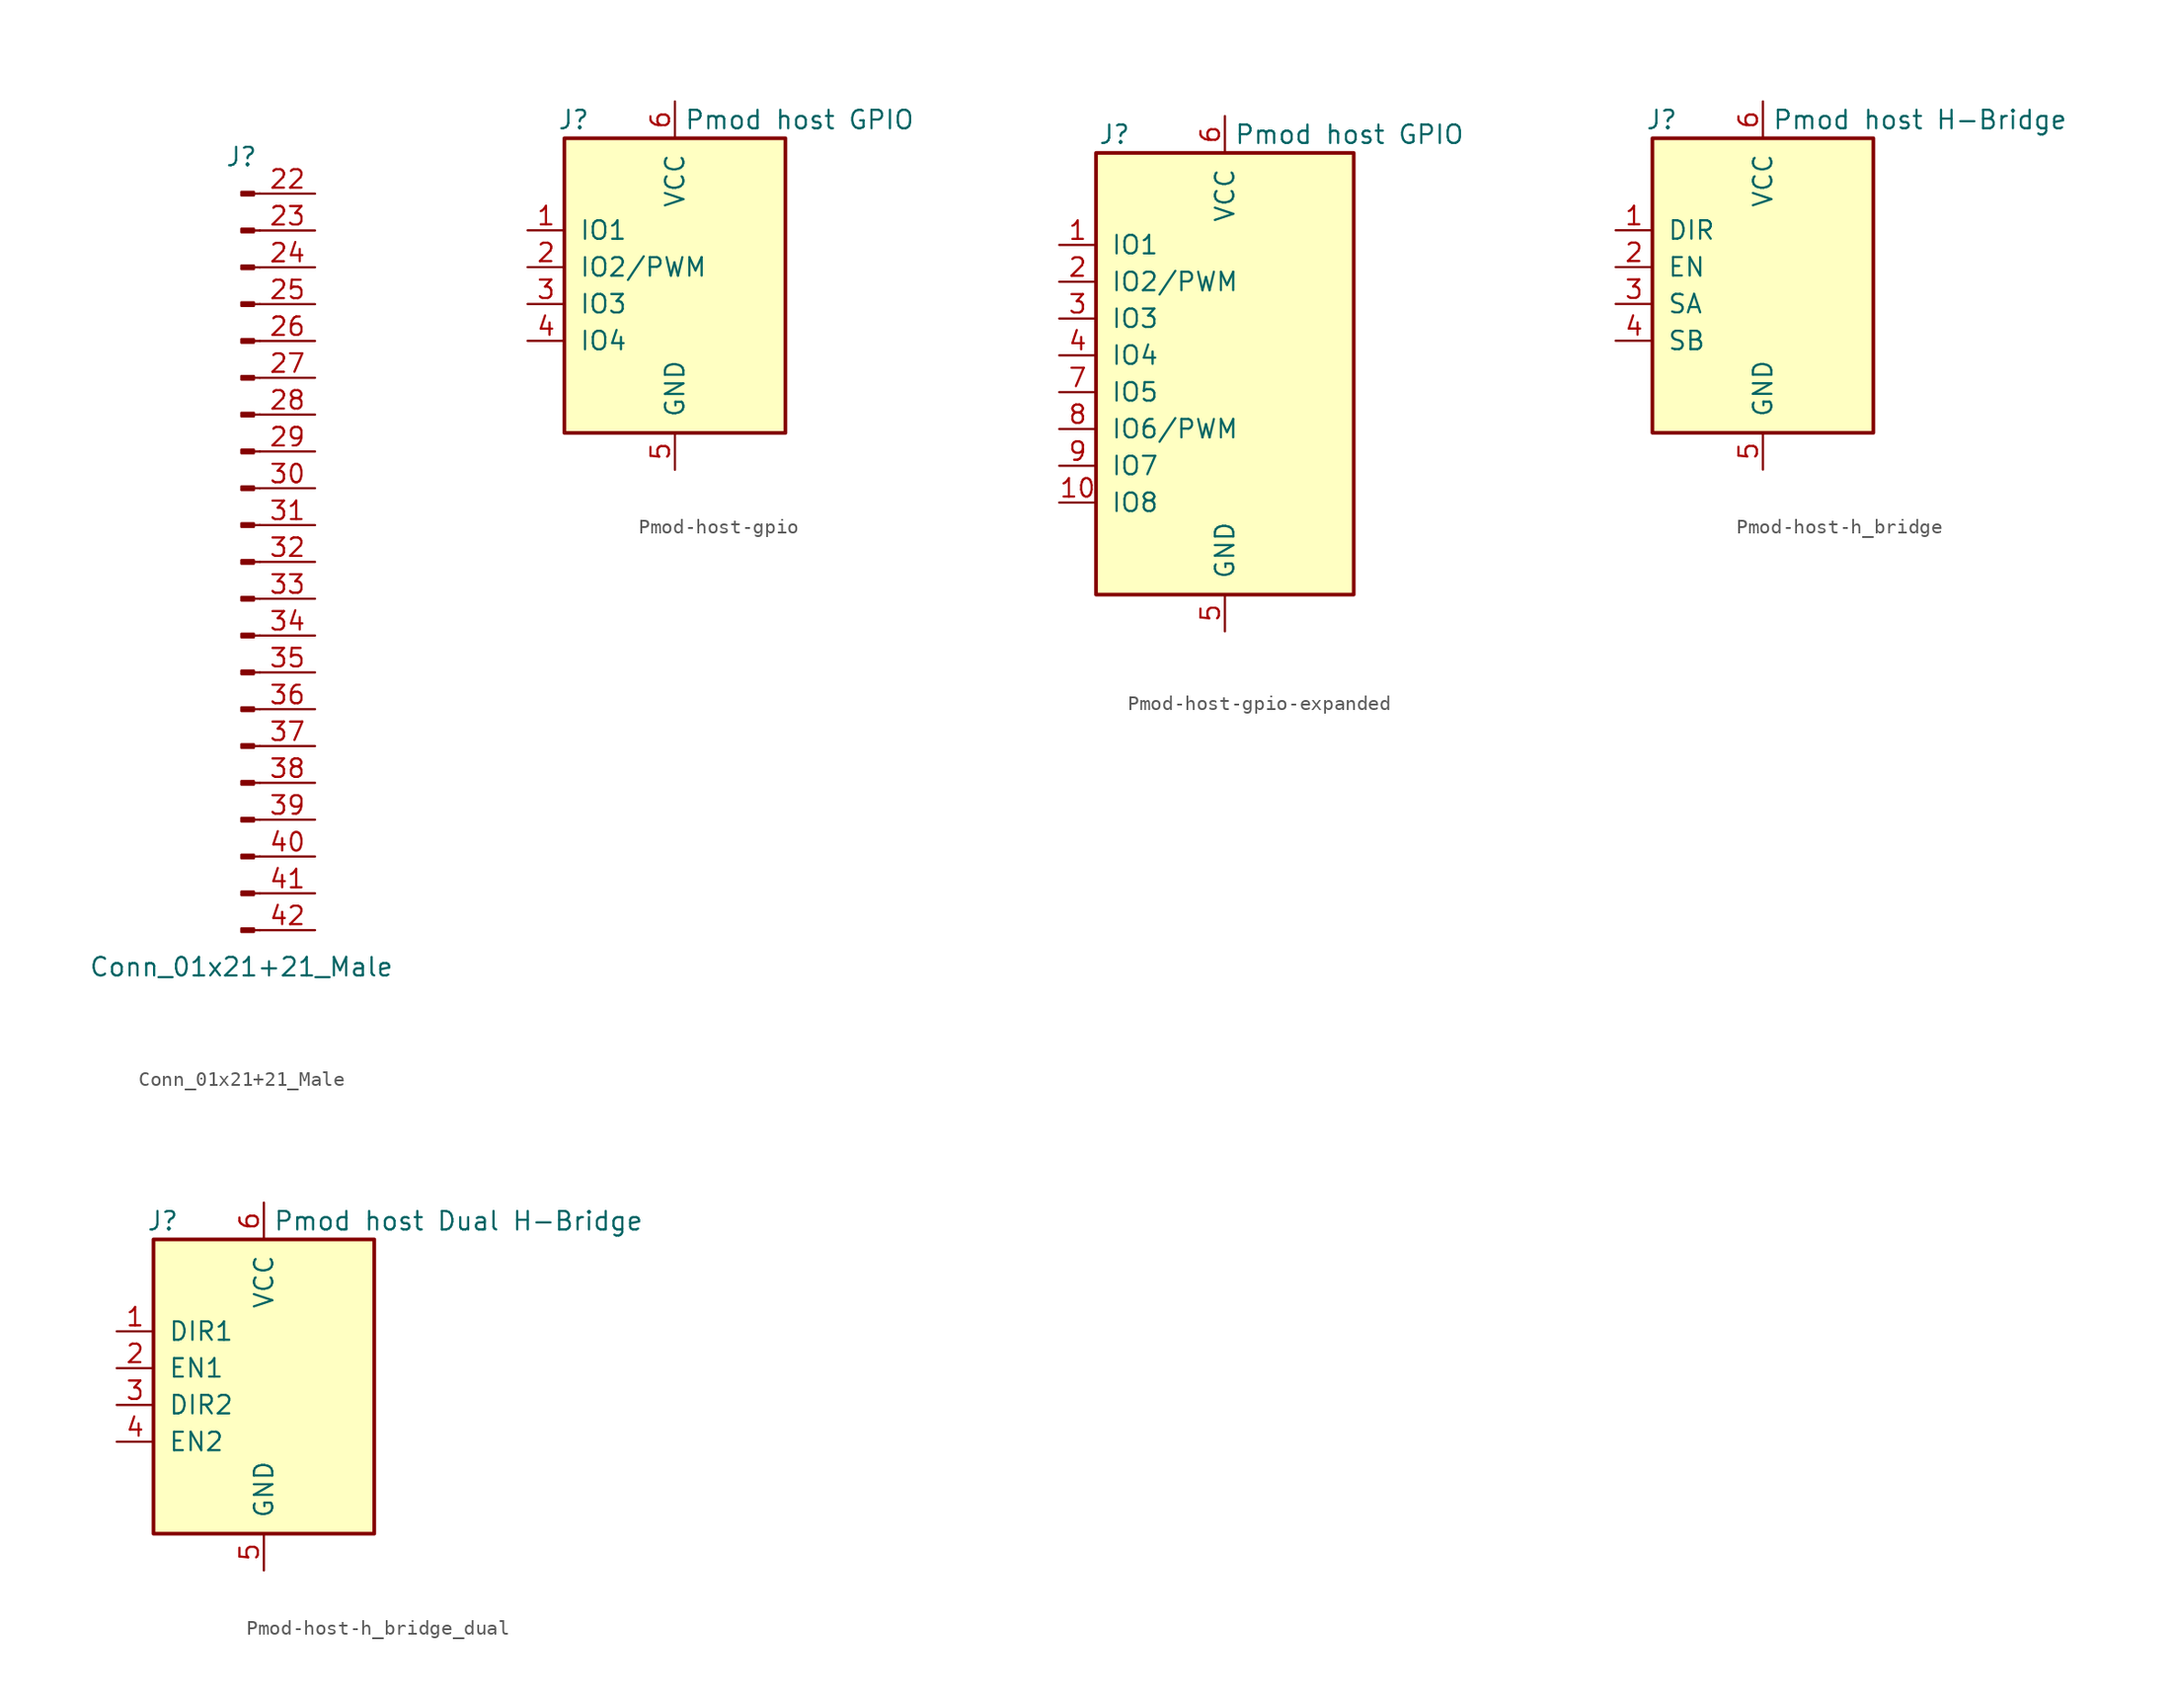
<source format=kicad_sym>
(kicad_symbol_lib
  (version 20220914)
  (generator kicad_symbol_editor)
  (symbol "Conn_01x21+21_Male"
    (pin_names
      (offset 1.016) hide)
    (property "Reference" "J"
      (at 0 27.94 0)
      (effects (font (size 1.27 1.27))))
    (property "Value" "Conn_01x21+21_Male"
      (at 0 -27.94 0)
      (effects (font (size 1.27 1.27))))
    (symbol "Conn_01x21+21_Male_1_1"
      (polyline (pts (xy 1.27 -25.4) (xy 0.864 -25.4)) (stroke (width 0.152) (type default)) (fill (type none)))
      (polyline (pts (xy 1.27 -22.86) (xy 0.864 -22.86)) (stroke (width 0.152) (type default)) (fill (type none)))
      (polyline (pts (xy 1.27 -20.32) (xy 0.864 -20.32)) (stroke (width 0.152) (type default)) (fill (type none)))
      (polyline (pts (xy 1.27 -17.78) (xy 0.864 -17.78)) (stroke (width 0.152) (type default)) (fill (type none)))
      (polyline (pts (xy 1.27 -15.24) (xy 0.864 -15.24)) (stroke (width 0.152) (type default)) (fill (type none)))
      (polyline (pts (xy 1.27 -12.7) (xy 0.864 -12.7)) (stroke (width 0.152) (type default)) (fill (type none)))
      (polyline (pts (xy 1.27 -10.16) (xy 0.864 -10.16)) (stroke (width 0.152) (type default)) (fill (type none)))
      (polyline (pts (xy 1.27 -7.62) (xy 0.864 -7.62)) (stroke (width 0.152) (type default)) (fill (type none)))
      (polyline (pts (xy 1.27 -5.08) (xy 0.864 -5.08)) (stroke (width 0.152) (type default)) (fill (type none)))
      (polyline (pts (xy 1.27 -2.54) (xy 0.864 -2.54)) (stroke (width 0.152) (type default)) (fill (type none)))
      (polyline (pts (xy 1.27 0) (xy 0.864 0)) (stroke (width 0.152) (type default)) (fill (type none)))
      (polyline (pts (xy 1.27 2.54) (xy 0.864 2.54)) (stroke (width 0.152) (type default)) (fill (type none)))
      (polyline (pts (xy 1.27 5.08) (xy 0.864 5.08)) (stroke (width 0.152) (type default)) (fill (type none)))
      (polyline (pts (xy 1.27 7.62) (xy 0.864 7.62)) (stroke (width 0.152) (type default)) (fill (type none)))
      (polyline (pts (xy 1.27 10.16) (xy 0.864 10.16)) (stroke (width 0.152) (type default)) (fill (type none)))
      (polyline (pts (xy 1.27 12.7) (xy 0.864 12.7)) (stroke (width 0.152) (type default)) (fill (type none)))
      (polyline (pts (xy 1.27 15.24) (xy 0.864 15.24)) (stroke (width 0.152) (type default)) (fill (type none)))
      (polyline (pts (xy 1.27 17.78) (xy 0.864 17.78)) (stroke (width 0.152) (type default)) (fill (type none)))
      (polyline (pts (xy 1.27 20.32) (xy 0.864 20.32)) (stroke (width 0.152) (type default)) (fill (type none)))
      (polyline (pts (xy 1.27 22.86) (xy 0.864 22.86)) (stroke (width 0.152) (type default)) (fill (type none)))
      (polyline (pts (xy 1.27 25.4) (xy 0.864 25.4)) (stroke (width 0.152) (type default)) (fill (type none)))
      (rectangle (start 0.864 -25.273) (end 0 -25.527) (stroke (width 0.152) (type default)) (fill (type outline)))
      (rectangle (start 0.864 -22.733) (end 0 -22.987) (stroke (width 0.152) (type default)) (fill (type outline)))
      (rectangle (start 0.864 -20.193) (end 0 -20.447) (stroke (width 0.152) (type default)) (fill (type outline)))
      (rectangle (start 0.864 -17.653) (end 0 -17.907) (stroke (width 0.152) (type default)) (fill (type outline)))
      (rectangle (start 0.864 -15.113) (end 0 -15.367) (stroke (width 0.152) (type default)) (fill (type outline)))
      (rectangle (start 0.864 -12.573) (end 0 -12.827) (stroke (width 0.152) (type default)) (fill (type outline)))
      (rectangle (start 0.864 -10.033) (end 0 -10.287) (stroke (width 0.152) (type default)) (fill (type outline)))
      (rectangle (start 0.864 -7.493) (end 0 -7.747) (stroke (width 0.152) (type default)) (fill (type outline)))
      (rectangle (start 0.864 -4.953) (end 0 -5.207) (stroke (width 0.152) (type default)) (fill (type outline)))
      (rectangle (start 0.864 -2.413) (end 0 -2.667) (stroke (width 0.152) (type default)) (fill (type outline)))
      (rectangle (start 0.864 0.127) (end 0 -0.127) (stroke (width 0.152) (type default)) (fill (type outline)))
      (rectangle (start 0.864 2.667) (end 0 2.413) (stroke (width 0.152) (type default)) (fill (type outline)))
      (rectangle (start 0.864 5.207) (end 0 4.953) (stroke (width 0.152) (type default)) (fill (type outline)))
      (rectangle (start 0.864 7.747) (end 0 7.493) (stroke (width 0.152) (type default)) (fill (type outline)))
      (rectangle (start 0.864 10.287) (end 0 10.033) (stroke (width 0.152) (type default)) (fill (type outline)))
      (rectangle (start 0.864 12.827) (end 0 12.573) (stroke (width 0.152) (type default)) (fill (type outline)))
      (rectangle (start 0.864 15.367) (end 0 15.113) (stroke (width 0.152) (type default)) (fill (type outline)))
      (rectangle (start 0.864 17.907) (end 0 17.653) (stroke (width 0.152) (type default)) (fill (type outline)))
      (rectangle (start 0.864 20.447) (end 0 20.193) (stroke (width 0.152) (type default)) (fill (type outline)))
      (rectangle (start 0.864 22.987) (end 0 22.733) (stroke (width 0.152) (type default)) (fill (type outline)))
      (rectangle (start 0.864 25.527) (end 0 25.273) (stroke (width 0.152) (type default)) (fill (type outline)))
      (pin passive line (at 5.08 25.4 180) (length 3.81) (name "Pin_1" (effects (font (size 1.27 1.27)))) (number "22" (effects (font (size 1.27 1.27)))))
      (pin passive line (at 5.08 22.86 180) (length 3.81) (name "Pin_2" (effects (font (size 1.27 1.27)))) (number "23" (effects (font (size 1.27 1.27)))))
      (pin passive line (at 5.08 20.32 180) (length 3.81) (name "Pin_3" (effects (font (size 1.27 1.27)))) (number "24" (effects (font (size 1.27 1.27)))))
      (pin passive line (at 5.08 17.78 180) (length 3.81) (name "Pin_4" (effects (font (size 1.27 1.27)))) (number "25" (effects (font (size 1.27 1.27)))))
      (pin passive line (at 5.08 15.24 180) (length 3.81) (name "Pin_5" (effects (font (size 1.27 1.27)))) (number "26" (effects (font (size 1.27 1.27)))))
      (pin passive line (at 5.08 12.7 180) (length 3.81) (name "Pin_6" (effects (font (size 1.27 1.27)))) (number "27" (effects (font (size 1.27 1.27)))))
      (pin passive line (at 5.08 10.16 180) (length 3.81) (name "Pin_7" (effects (font (size 1.27 1.27)))) (number "28" (effects (font (size 1.27 1.27)))))
      (pin passive line (at 5.08 7.62 180) (length 3.81) (name "Pin_8" (effects (font (size 1.27 1.27)))) (number "29" (effects (font (size 1.27 1.27)))))
      (pin passive line (at 5.08 5.08 180) (length 3.81) (name "Pin_9" (effects (font (size 1.27 1.27)))) (number "30" (effects (font (size 1.27 1.27)))))
      (pin passive line (at 5.08 2.54 180) (length 3.81) (name "Pin_10" (effects (font (size 1.27 1.27)))) (number "31" (effects (font (size 1.27 1.27)))))
      (pin passive line (at 5.08 0 180) (length 3.81) (name "Pin_11" (effects (font (size 1.27 1.27)))) (number "32" (effects (font (size 1.27 1.27)))))
      (pin passive line (at 5.08 -2.54 180) (length 3.81) (name "Pin_12" (effects (font (size 1.27 1.27)))) (number "33" (effects (font (size 1.27 1.27)))))
      (pin passive line (at 5.08 -5.08 180) (length 3.81) (name "Pin_13" (effects (font (size 1.27 1.27)))) (number "34" (effects (font (size 1.27 1.27)))))
      (pin passive line (at 5.08 -7.62 180) (length 3.81) (name "Pin_14" (effects (font (size 1.27 1.27)))) (number "35" (effects (font (size 1.27 1.27)))))
      (pin passive line (at 5.08 -10.16 180) (length 3.81) (name "Pin_15" (effects (font (size 1.27 1.27)))) (number "36" (effects (font (size 1.27 1.27)))))
      (pin passive line (at 5.08 -12.7 180) (length 3.81) (name "Pin_16" (effects (font (size 1.27 1.27)))) (number "37" (effects (font (size 1.27 1.27)))))
      (pin passive line (at 5.08 -15.24 180) (length 3.81) (name "Pin_17" (effects (font (size 1.27 1.27)))) (number "38" (effects (font (size 1.27 1.27)))))
      (pin passive line (at 5.08 -17.78 180) (length 3.81) (name "Pin_18" (effects (font (size 1.27 1.27)))) (number "39" (effects (font (size 1.27 1.27)))))
      (pin passive line (at 5.08 -20.32 180) (length 3.81) (name "Pin_19" (effects (font (size 1.27 1.27)))) (number "40" (effects (font (size 1.27 1.27)))))
      (pin passive line (at 5.08 -22.86 180) (length 3.81) (name "Pin_20" (effects (font (size 1.27 1.27)))) (number "41" (effects (font (size 1.27 1.27)))))
      (pin passive line (at 5.08 -25.4 180) (length 3.81) (name "Pin_21" (effects (font (size 1.27 1.27)))) (number "42" (effects (font (size 1.27 1.27)))))))
  (symbol "Pmod-host-gpio"
    (pin_names
      (offset 1.016))
    (property "Reference" "J"
      (at -6.985 11.43 0)
      (effects (font (size 1.27 1.27))))
    (property "Value" "Pmod host GPIO"
      (at 0.635 11.43 0)
      (effects (font (size 1.27 1.27)) (justify left)))
    (symbol "Pmod-host-gpio_0_1"
      (rectangle (start -7.62 10.16) (end 7.62 -10.16) (stroke (width 0.254) (type default)) (fill (type background))))
    (symbol "Pmod-host-gpio_1_1"
      (pin bidirectional line (at -10.16 3.81 0) (length 2.54) (name "IO1" (effects (font (size 1.27 1.27)))) (number "1" (effects (font (size 1.27 1.27)))))
      (pin bidirectional line (at -10.16 1.27 0) (length 2.54) (name "IO2/PWM" (effects (font (size 1.27 1.27)))) (number "2" (effects (font (size 1.27 1.27)))))
      (pin bidirectional line (at -10.16 -1.27 0) (length 2.54) (name "IO3" (effects (font (size 1.27 1.27)))) (number "3" (effects (font (size 1.27 1.27)))))
      (pin bidirectional line (at -10.16 -3.81 0) (length 2.54) (name "IO4" (effects (font (size 1.27 1.27)))) (number "4" (effects (font (size 1.27 1.27)))))
      (pin power_in line (at 0 -12.7 90) (length 2.54) (name "GND" (effects (font (size 1.27 1.27)))) (number "5" (effects (font (size 1.27 1.27)))))
      (pin power_in line (at 0 12.7 270) (length 2.54) (name "VCC" (effects (font (size 1.27 1.27)))) (number "6" (effects (font (size 1.27 1.27)))))))
  (symbol "Pmod-host-gpio-expanded"
    (pin_names
      (offset 1.016))
    (property "Reference" "J"
      (at -7.62 16.51 0)
      (effects (font (size 1.27 1.27))))
    (property "Value" "Pmod host GPIO"
      (at 0.635 16.51 0)
      (effects (font (size 1.27 1.27)) (justify left)))
    (symbol "Pmod-host-gpio-expanded_0_1"
      (rectangle (start -8.89 15.24) (end 8.89 -15.24) (stroke (width 0.254) (type default)) (fill (type background))))
    (symbol "Pmod-host-gpio-expanded_1_1"
      (pin bidirectional line (at -11.43 8.89 0) (length 2.54) (name "IO1" (effects (font (size 1.27 1.27)))) (number "1" (effects (font (size 1.27 1.27)))))
      (pin bidirectional line (at -11.43 -8.89 0) (length 2.54) (name "IO8" (effects (font (size 1.27 1.27)))) (number "10" (effects (font (size 1.27 1.27)))))
      (pin passive line (at 0 -17.78 90) (length 2.54) hide (name "GND" (effects (font (size 1.27 1.27)))) (number "11" (effects (font (size 1.27 1.27)))))
      (pin passive line (at 0 17.78 270) (length 2.54) hide (name "VCC" (effects (font (size 1.27 1.27)))) (number "12" (effects (font (size 1.27 1.27)))))
      (pin bidirectional line (at -11.43 6.35 0) (length 2.54) (name "IO2/PWM" (effects (font (size 1.27 1.27)))) (number "2" (effects (font (size 1.27 1.27)))))
      (pin bidirectional line (at -11.43 3.81 0) (length 2.54) (name "IO3" (effects (font (size 1.27 1.27)))) (number "3" (effects (font (size 1.27 1.27)))))
      (pin bidirectional line (at -11.43 1.27 0) (length 2.54) (name "IO4" (effects (font (size 1.27 1.27)))) (number "4" (effects (font (size 1.27 1.27)))))
      (pin power_in line (at 0 -17.78 90) (length 2.54) (name "GND" (effects (font (size 1.27 1.27)))) (number "5" (effects (font (size 1.27 1.27)))))
      (pin power_in line (at 0 17.78 270) (length 2.54) (name "VCC" (effects (font (size 1.27 1.27)))) (number "6" (effects (font (size 1.27 1.27)))))
      (pin bidirectional line (at -11.43 -1.27 0) (length 2.54) (name "IO5" (effects (font (size 1.27 1.27)))) (number "7" (effects (font (size 1.27 1.27)))))
      (pin bidirectional line (at -11.43 -3.81 0) (length 2.54) (name "IO6/PWM" (effects (font (size 1.27 1.27)))) (number "8" (effects (font (size 1.27 1.27)))))
      (pin bidirectional line (at -11.43 -6.35 0) (length 2.54) (name "IO7" (effects (font (size 1.27 1.27)))) (number "9" (effects (font (size 1.27 1.27)))))))
  (symbol "Pmod-host-h_bridge"
    (pin_names
      (offset 1.016))
    (property "Reference" "J"
      (at -6.985 11.43 0)
      (effects (font (size 1.27 1.27))))
    (property "Value" "Pmod host H-Bridge"
      (at 0.635 11.43 0)
      (effects (font (size 1.27 1.27)) (justify left)))
    (symbol "Pmod-host-h_bridge_0_1"
      (rectangle (start -7.62 10.16) (end 7.62 -10.16) (stroke (width 0.254) (type default)) (fill (type background))))
    (symbol "Pmod-host-h_bridge_1_1"
      (pin input line (at -10.16 3.81 0) (length 2.54) (name "DIR" (effects (font (size 1.27 1.27)))) (number "1" (effects (font (size 1.27 1.27)))))
      (pin input line (at -10.16 1.27 0) (length 2.54) (name "EN" (effects (font (size 1.27 1.27)))) (number "2" (effects (font (size 1.27 1.27)))))
      (pin output line (at -10.16 -1.27 0) (length 2.54) (name "SA" (effects (font (size 1.27 1.27)))) (number "3" (effects (font (size 1.27 1.27)))))
      (pin output line (at -10.16 -3.81 0) (length 2.54) (name "SB" (effects (font (size 1.27 1.27)))) (number "4" (effects (font (size 1.27 1.27)))))
      (pin power_in line (at 0 -12.7 90) (length 2.54) (name "GND" (effects (font (size 1.27 1.27)))) (number "5" (effects (font (size 1.27 1.27)))))
      (pin power_in line (at 0 12.7 270) (length 2.54) (name "VCC" (effects (font (size 1.27 1.27)))) (number "6" (effects (font (size 1.27 1.27)))))))
  (symbol "Pmod-host-h_bridge_dual"
    (pin_names
      (offset 1.016))
    (property "Reference" "J"
      (at -6.985 11.43 0)
      (effects (font (size 1.27 1.27))))
    (property "Value" "Pmod host Dual H-Bridge"
      (at 0.635 11.43 0)
      (effects (font (size 1.27 1.27)) (justify left)))
    (symbol "Pmod-host-h_bridge_dual_0_1"
      (rectangle (start -7.62 10.16) (end 7.62 -10.16) (stroke (width 0.254) (type default)) (fill (type background))))
    (symbol "Pmod-host-h_bridge_dual_1_1"
      (pin input line (at -10.16 3.81 0) (length 2.54) (name "DIR1" (effects (font (size 1.27 1.27)))) (number "1" (effects (font (size 1.27 1.27)))))
      (pin input line (at -10.16 1.27 0) (length 2.54) (name "EN1" (effects (font (size 1.27 1.27)))) (number "2" (effects (font (size 1.27 1.27)))))
      (pin input line (at -10.16 -1.27 0) (length 2.54) (name "DIR2" (effects (font (size 1.27 1.27)))) (number "3" (effects (font (size 1.27 1.27)))))
      (pin input line (at -10.16 -3.81 0) (length 2.54) (name "EN2" (effects (font (size 1.27 1.27)))) (number "4" (effects (font (size 1.27 1.27)))))
      (pin power_in line (at 0 -12.7 90) (length 2.54) (name "GND" (effects (font (size 1.27 1.27)))) (number "5" (effects (font (size 1.27 1.27)))))
      (pin power_in line (at 0 12.7 270) (length 2.54) (name "VCC" (effects (font (size 1.27 1.27)))) (number "6" (effects (font (size 1.27 1.27))))))))
</source>
